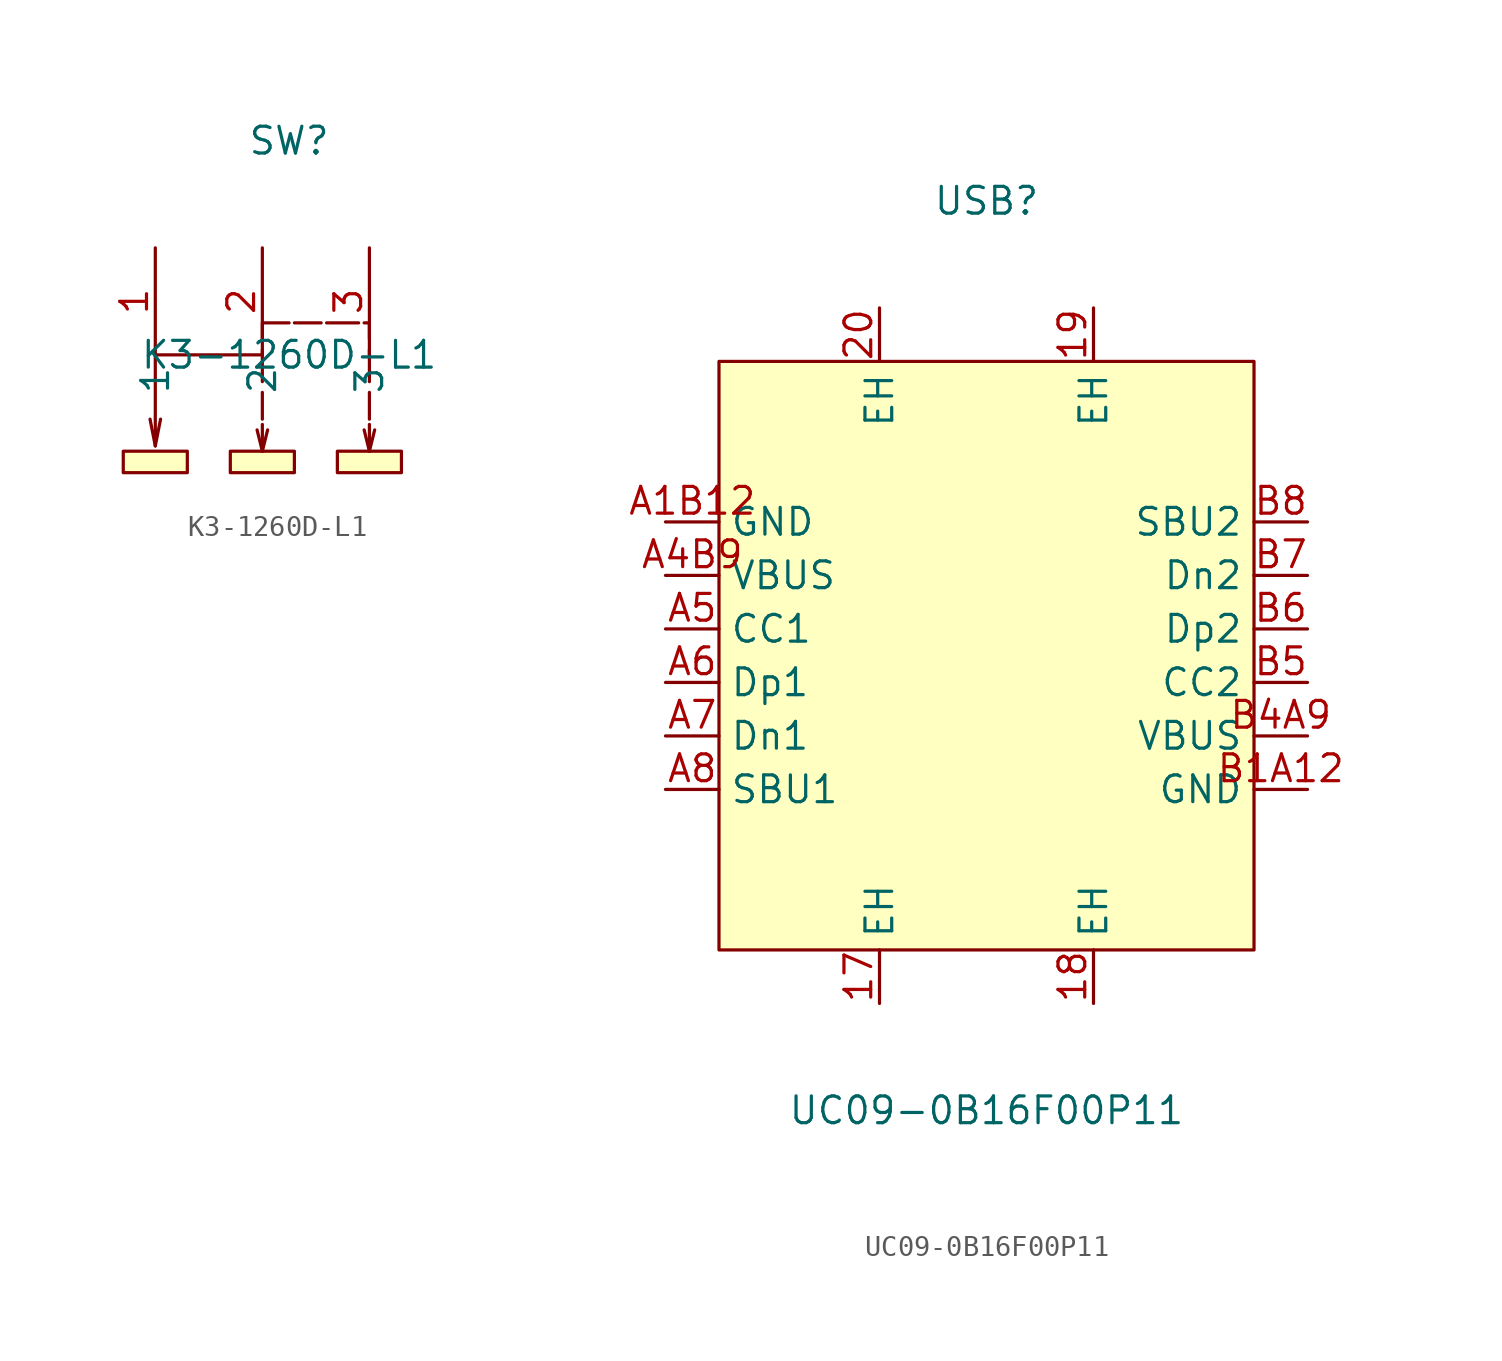
<source format=kicad_sym>
(kicad_symbol_lib
  (version 20211014)
  (generator https://github.com/uPesy/easyeda2kicad.py)
  (symbol "K3-1260D-L1"
    (property "Reference" "SW"
      (at 0 11.43 0)
      (effects (font (size 1.27 1.27))))
    (property "Value" "K3-1260D-L1"
      (at 0 1.27 0)
      (effects (font (size 1.27 1.27))))
    (symbol "K3-1260D-L1_0_1"
      (rectangle (start 2.29 -3.30) (end 5.33 -4.32) (stroke (width 0) (type default) (color 0 0 0 0)) (fill (type background)))
      (rectangle (start -7.87 -3.30) (end -4.83 -4.32) (stroke (width 0) (type default) (color 0 0 0 0)) (fill (type background)))
      (rectangle (start -2.79 -3.30) (end 0.25 -4.32) (stroke (width 0) (type default) (color 0 0 0 0)) (fill (type background)))
      (polyline (pts (xy -1.27 -3.30) (xy -1.52 -2.29)) (stroke (width 0) (type default) (color 0 0 0 0)) (fill (type none)))
      (polyline (pts (xy -1.27 -3.30) (xy -1.02 -2.29)) (stroke (width 0) (type default) (color 0 0 0 0)) (fill (type none)))
      (polyline (pts (xy 3.81 -3.30) (xy 3.56 -2.29)) (stroke (width 0) (type default) (color 0 0 0 0)) (fill (type none)))
      (polyline (pts (xy 3.81 -2.03) (xy 3.81 -3.30) (xy 4.06 -2.29)) (stroke (width 0) (type default) (color 0 0 0 0)) (fill (type none)))
      (polyline (pts (xy 3.81 -0.51) (xy 3.81 -1.78)) (stroke (width 0) (type default) (color 0 0 0 0)) (fill (type none)))
      (polyline (pts (xy 3.81 1.52) (xy 3.81 -0.00)) (stroke (width 0) (type default) (color 0 0 0 0)) (fill (type none)))
      (polyline (pts (xy 3.56 2.79) (xy 3.81 2.79) (xy 3.81 2.03)) (stroke (width 0) (type default) (color 0 0 0 0)) (fill (type none)))
      (polyline (pts (xy 1.78 2.79) (xy 3.30 2.79)) (stroke (width 0) (type default) (color 0 0 0 0)) (fill (type none)))
      (polyline (pts (xy 0.25 2.79) (xy 1.52 2.79)) (stroke (width 0) (type default) (color 0 0 0 0)) (fill (type none)))
      (polyline (pts (xy -1.27 2.03) (xy -1.27 2.79) (xy 0.00 2.79)) (stroke (width 0) (type default) (color 0 0 0 0)) (fill (type none)))
      (polyline (pts (xy -1.27 -0.00) (xy -1.27 1.52)) (stroke (width 0) (type default) (color 0 0 0 0)) (fill (type none)))
      (polyline (pts (xy -1.27 -1.78) (xy -1.27 -0.51)) (stroke (width 0) (type default) (color 0 0 0 0)) (fill (type none)))
      (polyline (pts (xy -1.27 -3.30) (xy -1.27 -2.03)) (stroke (width 0) (type default) (color 0 0 0 0)) (fill (type none)))
      (polyline (pts (xy -6.35 -3.05) (xy -6.60 -1.78)) (stroke (width 0) (type default) (color 0 0 0 0)) (fill (type none)))
      (polyline (pts (xy -1.27 1.27) (xy -6.35 1.27) (xy -6.35 -3.05) (xy -6.10 -1.78)) (stroke (width 0) (type default) (color 0 0 0 0)) (fill (type none)))
      (pin unspecified line (at 3.81 6.35 270) (length 5.08) (name "3" (effects (font (size 1.27 1.27)))) (number "3" (effects (font (size 1.27 1.27)))))
      (pin unspecified line (at -1.27 6.35 270) (length 5.08) (name "2" (effects (font (size 1.27 1.27)))) (number "2" (effects (font (size 1.27 1.27)))))
      (pin unspecified line (at -6.35 6.35 270) (length 5.08) (name "1" (effects (font (size 1.27 1.27)))) (number "1" (effects (font (size 1.27 1.27)))))))
  (symbol "UC09-0B16F00P11"
    (property "Reference" "USB"
      (at 0 25.40 0)
      (effects (font (size 1.27 1.27))))
    (property "Value" "UC09-0B16F00P11"
      (at 0 -17.78 0)
      (effects (font (size 1.27 1.27))))
    (symbol "UC09-0B16F00P11_0_1"
      (rectangle (start -12.70 17.78) (end 12.70 -10.16) (stroke (width 0) (type default) (color 0 0 0 0)) (fill (type background)))
      (pin unspecified line (at 15.24 -2.54 180) (length 2.54) (name "GND" (effects (font (size 1.27 1.27)))) (number "B1A12" (effects (font (size 1.27 1.27)))))
      (pin unspecified line (at 15.24 -0.00 180) (length 2.54) (name "VBUS" (effects (font (size 1.27 1.27)))) (number "B4A9" (effects (font (size 1.27 1.27)))))
      (pin unspecified line (at 15.24 2.54 180) (length 2.54) (name "CC2" (effects (font (size 1.27 1.27)))) (number "B5" (effects (font (size 1.27 1.27)))))
      (pin unspecified line (at 15.24 5.08 180) (length 2.54) (name "Dp2" (effects (font (size 1.27 1.27)))) (number "B6" (effects (font (size 1.27 1.27)))))
      (pin unspecified line (at 15.24 7.62 180) (length 2.54) (name "Dn2" (effects (font (size 1.27 1.27)))) (number "B7" (effects (font (size 1.27 1.27)))))
      (pin unspecified line (at 15.24 10.16 180) (length 2.54) (name "SBU2" (effects (font (size 1.27 1.27)))) (number "B8" (effects (font (size 1.27 1.27)))))
      (pin unspecified line (at 5.08 -12.70 90) (length 2.54) (name "EH" (effects (font (size 1.27 1.27)))) (number "18" (effects (font (size 1.27 1.27)))))
      (pin unspecified line (at -5.08 -12.70 90) (length 2.54) (name "EH" (effects (font (size 1.27 1.27)))) (number "17" (effects (font (size 1.27 1.27)))))
      (pin unspecified line (at -15.24 10.16 0) (length 2.54) (name "GND" (effects (font (size 1.27 1.27)))) (number "A1B12" (effects (font (size 1.27 1.27)))))
      (pin unspecified line (at -15.24 7.62 0) (length 2.54) (name "VBUS" (effects (font (size 1.27 1.27)))) (number "A4B9" (effects (font (size 1.27 1.27)))))
      (pin unspecified line (at -15.24 5.08 0) (length 2.54) (name "CC1" (effects (font (size 1.27 1.27)))) (number "A5" (effects (font (size 1.27 1.27)))))
      (pin unspecified line (at -15.24 2.54 0) (length 2.54) (name "Dp1" (effects (font (size 1.27 1.27)))) (number "A6" (effects (font (size 1.27 1.27)))))
      (pin unspecified line (at -15.24 -0.00 0) (length 2.54) (name "Dn1" (effects (font (size 1.27 1.27)))) (number "A7" (effects (font (size 1.27 1.27)))))
      (pin unspecified line (at -15.24 -2.54 0) (length 2.54) (name "SBU1" (effects (font (size 1.27 1.27)))) (number "A8" (effects (font (size 1.27 1.27)))))
      (pin unspecified line (at 5.08 20.32 270) (length 2.54) (name "EH" (effects (font (size 1.27 1.27)))) (number "19" (effects (font (size 1.27 1.27)))))
      (pin unspecified line (at -5.08 20.32 270) (length 2.54) (name "EH" (effects (font (size 1.27 1.27)))) (number "20" (effects (font (size 1.27 1.27))))))))
</source>
